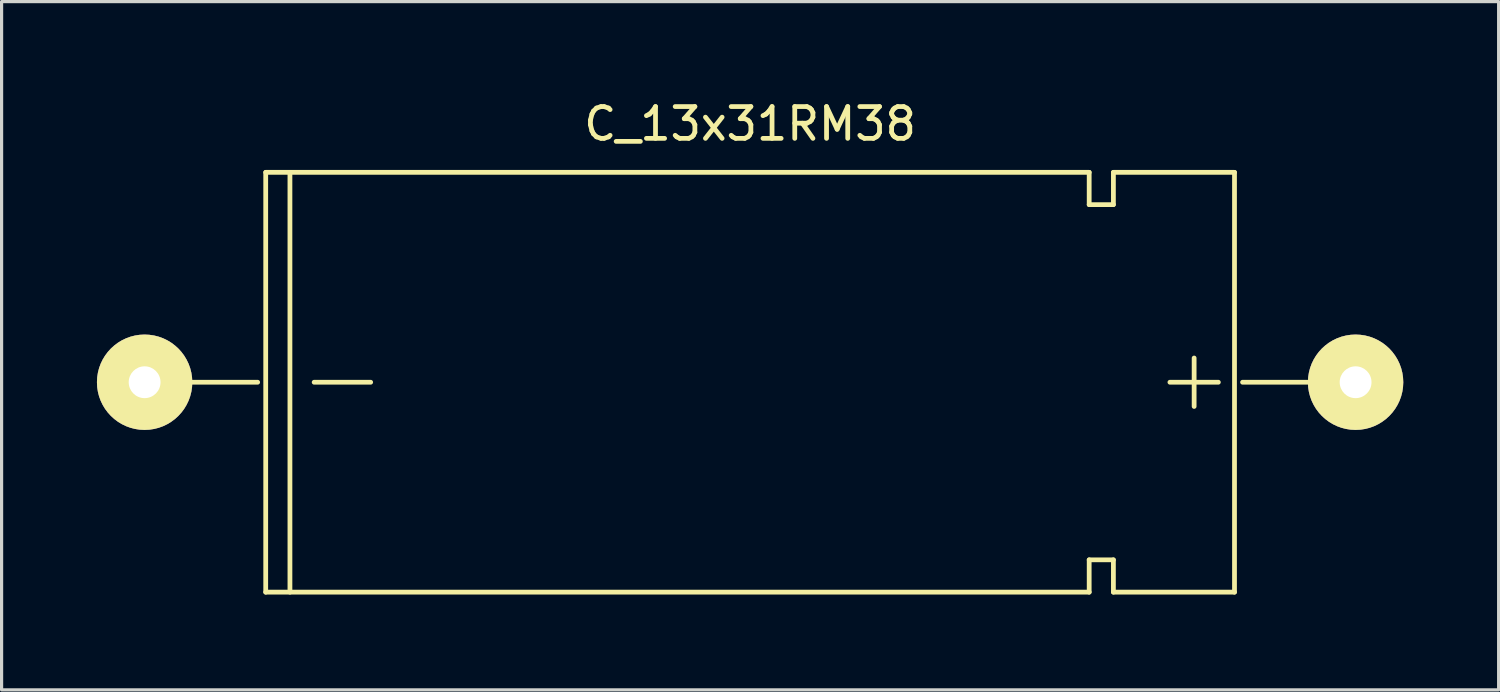
<source format=kicad_pcb>
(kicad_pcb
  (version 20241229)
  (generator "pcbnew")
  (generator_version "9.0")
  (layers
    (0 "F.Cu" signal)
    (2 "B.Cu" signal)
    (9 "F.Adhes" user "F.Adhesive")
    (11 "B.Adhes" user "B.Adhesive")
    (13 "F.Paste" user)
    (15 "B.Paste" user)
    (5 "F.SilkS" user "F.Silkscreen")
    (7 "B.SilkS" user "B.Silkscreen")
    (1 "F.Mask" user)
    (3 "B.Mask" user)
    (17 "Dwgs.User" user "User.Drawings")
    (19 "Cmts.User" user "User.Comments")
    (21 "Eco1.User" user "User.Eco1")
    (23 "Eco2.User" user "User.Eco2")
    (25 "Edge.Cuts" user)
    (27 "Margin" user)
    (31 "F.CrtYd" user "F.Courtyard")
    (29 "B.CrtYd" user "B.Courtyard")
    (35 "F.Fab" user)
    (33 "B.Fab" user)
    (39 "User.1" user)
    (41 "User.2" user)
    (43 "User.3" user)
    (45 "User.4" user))
  (footprint "C_13x31RM38"
    (layer "F.Cu")
    (at 20.55 8.976)
    (property "Reference" "C_13x31RM38" (at 0 -8.128 0) (layer "F.SilkS") (effects (font (size 1 1) (thickness 0.15))))
    (attr through_hole)
    (fp_line (start -15.494 0) (end -19.05 0) (stroke (width 0.15) (type solid)) (layer "F.SilkS"))
    (fp_line (start -15.24 -6.604) (end -15.24 6.604) (stroke (width 0.15) (type solid)) (layer "F.SilkS"))
    (fp_line (start -15.24 -6.604) (end 10.668 -6.604) (stroke (width 0.15) (type solid)) (layer "F.SilkS"))
    (fp_line (start -14.478 6.604) (end -14.478 -6.604) (stroke (width 0.15) (type solid)) (layer "F.SilkS"))
    (fp_line (start -13.716 0) (end -11.938 0) (stroke (width 0.15) (type solid)) (layer "F.SilkS"))
    (fp_line (start 10.668 -6.604) (end 10.668 -5.588) (stroke (width 0.15) (type solid)) (layer "F.SilkS"))
    (fp_line (start 10.668 -5.588) (end 11.43 -5.588) (stroke (width 0.15) (type solid)) (layer "F.SilkS"))
    (fp_line (start 10.668 5.588) (end 10.668 6.604) (stroke (width 0.15) (type solid)) (layer "F.SilkS"))
    (fp_line (start 10.668 6.604) (end -15.24 6.604) (stroke (width 0.15) (type solid)) (layer "F.SilkS"))
    (fp_line (start 11.43 -6.604) (end 15.24 -6.604) (stroke (width 0.15) (type solid)) (layer "F.SilkS"))
    (fp_line (start 11.43 -5.588) (end 11.43 -6.604) (stroke (width 0.15) (type solid)) (layer "F.SilkS"))
    (fp_line (start 11.43 5.588) (end 10.668 5.588) (stroke (width 0.15) (type solid)) (layer "F.SilkS"))
    (fp_line (start 11.43 6.604) (end 11.43 5.588) (stroke (width 0.15) (type solid)) (layer "F.SilkS"))
    (fp_line (start 13.97 0.762) (end 13.97 -0.762) (stroke (width 0.15) (type solid)) (layer "F.SilkS"))
    (fp_line (start 14.732 0) (end 13.208 0) (stroke (width 0.15) (type solid)) (layer "F.SilkS"))
    (fp_line (start 15.24 -6.604) (end 15.24 6.604) (stroke (width 0.15) (type solid)) (layer "F.SilkS"))
    (fp_line (start 15.24 6.604) (end 11.43 6.604) (stroke (width 0.15) (type solid)) (layer "F.SilkS"))
    (fp_line (start 15.494 0) (end 19.05 0) (stroke (width 0.15) (type solid)) (layer "F.SilkS"))
    (pad "1" thru_hole circle (at 19.05 0) (size 3 3) (drill 1.001) (layers "*.Cu" "*.Mask" "F.SilkS"))
    (pad "2" thru_hole circle (at -19.05 0) (size 3 3) (drill 1.001) (layers "*.Cu" "*.Mask" "F.SilkS")))
  (gr_rect
    (start -3 -3)
    (end 44.1 18.655)
    (stroke (width 0.1) (type default))
    (fill no)
    (layer "Edge.Cuts")))
</source>
